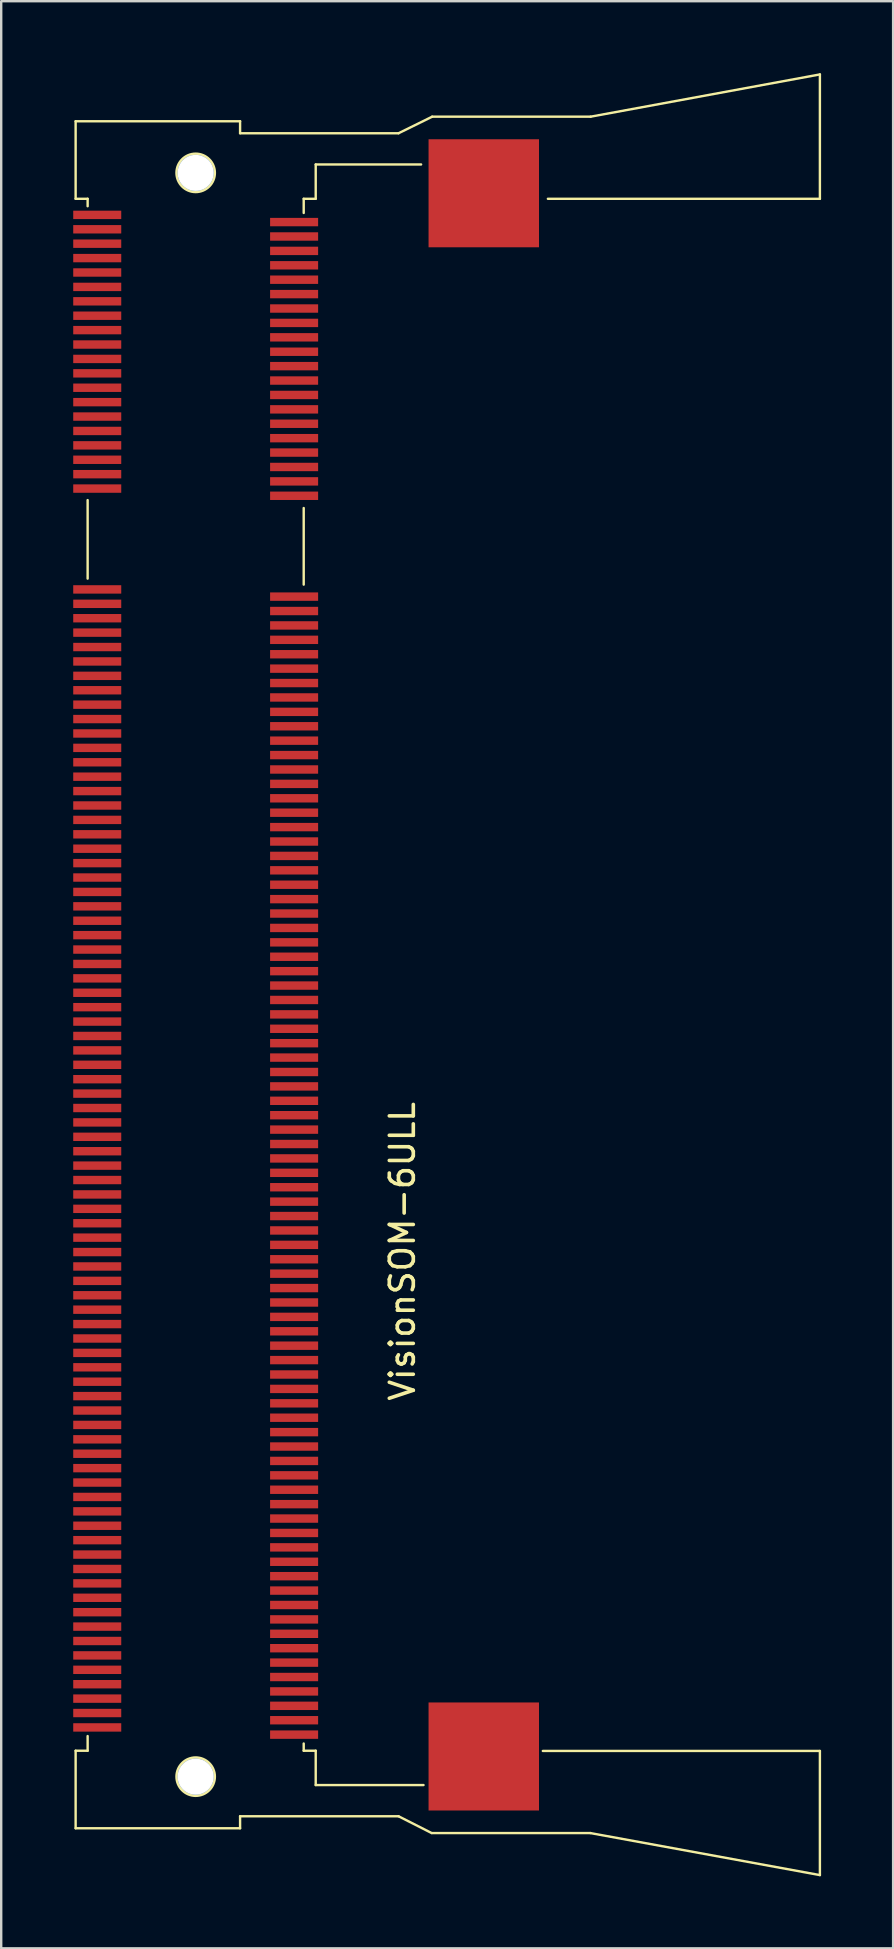
<source format=kicad_pcb>
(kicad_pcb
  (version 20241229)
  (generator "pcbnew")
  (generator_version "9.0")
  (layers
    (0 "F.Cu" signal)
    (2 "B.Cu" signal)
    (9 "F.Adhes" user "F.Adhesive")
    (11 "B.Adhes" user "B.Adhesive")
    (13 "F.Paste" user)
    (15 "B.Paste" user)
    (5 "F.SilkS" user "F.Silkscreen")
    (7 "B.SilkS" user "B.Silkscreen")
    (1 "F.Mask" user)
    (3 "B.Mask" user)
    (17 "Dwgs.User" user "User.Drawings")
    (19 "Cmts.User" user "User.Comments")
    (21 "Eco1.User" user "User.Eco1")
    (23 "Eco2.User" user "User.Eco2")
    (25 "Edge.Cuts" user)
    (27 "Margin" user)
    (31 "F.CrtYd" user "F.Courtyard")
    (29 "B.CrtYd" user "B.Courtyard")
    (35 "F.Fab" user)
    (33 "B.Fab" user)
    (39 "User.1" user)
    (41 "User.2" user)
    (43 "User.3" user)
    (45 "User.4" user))
  (footprint "VisionSOM-6ULL"
    (layer "F.Cu")
    (at 5.1 37.55)
    (property "Reference" "VisionSOM-6ULL" (at 8.61 11.52 90) (layer "F.SilkS") (effects (font (size 1 1) (thickness 0.15))))
    (attr through_hole)
    (fp_line (start -5 -35.55) (end 1.85 -35.55) (stroke (width 0.1) (type solid)) (layer "F.SilkS"))
    (fp_line (start -5 -32.32) (end -5 -35.55) (stroke (width 0.1) (type solid)) (layer "F.SilkS"))
    (fp_line (start -5 32.32) (end -5 35.55) (stroke (width 0.1) (type solid)) (layer "F.SilkS"))
    (fp_line (start -5 35.55) (end 1.85 35.55) (stroke (width 0.1) (type solid)) (layer "F.SilkS"))
    (fp_line (start -4.5 -32.32) (end -5 -32.32) (stroke (width 0.1) (type solid)) (layer "F.SilkS"))
    (fp_line (start -4.5 -32.32) (end -4.5 -32.01) (stroke (width 0.1) (type solid)) (layer "F.SilkS"))
    (fp_line (start -4.5 -19.77) (end -4.5 -16.5) (stroke (width 0.1) (type solid)) (layer "F.SilkS"))
    (fp_line (start -4.5 32.32) (end -5 32.32) (stroke (width 0.1) (type solid)) (layer "F.SilkS"))
    (fp_line (start -4.5 32.32) (end -4.5 31.71) (stroke (width 0.1) (type solid)) (layer "F.SilkS"))
    (fp_line (start 1.85 -35.55) (end 1.85 -35.05) (stroke (width 0.1) (type solid)) (layer "F.SilkS"))
    (fp_line (start 1.85 -35.05) (end 8.45 -35.05) (stroke (width 0.1) (type solid)) (layer "F.SilkS"))
    (fp_line (start 1.85 35.05) (end 8.45 35.05) (stroke (width 0.1) (type solid)) (layer "F.SilkS"))
    (fp_line (start 1.85 35.55) (end 1.85 35.05) (stroke (width 0.1) (type solid)) (layer "F.SilkS"))
    (fp_line (start 4.5 -32.32) (end 4.5 -31.73) (stroke (width 0.1) (type solid)) (layer "F.SilkS"))
    (fp_line (start 4.5 -32.32) (end 5 -32.32) (stroke (width 0.1) (type solid)) (layer "F.SilkS"))
    (fp_line (start 4.5 -19.44) (end 4.5 -16.25) (stroke (width 0.1) (type solid)) (layer "F.SilkS"))
    (fp_line (start 4.5 32.32) (end 4.5 32.02) (stroke (width 0.1) (type solid)) (layer "F.SilkS"))
    (fp_line (start 4.5 32.32) (end 5 32.32) (stroke (width 0.1) (type solid)) (layer "F.SilkS"))
    (fp_line (start 5 -33.75) (end 9.39 -33.75) (stroke (width 0.1) (type solid)) (layer "F.SilkS"))
    (fp_line (start 5 -32.32) (end 5 -33.75) (stroke (width 0.1) (type solid)) (layer "F.SilkS"))
    (fp_line (start 5 32.32) (end 5 33.75) (stroke (width 0.1) (type solid)) (layer "F.SilkS"))
    (fp_line (start 5 33.75) (end 9.49 33.75) (stroke (width 0.1) (type solid)) (layer "F.SilkS"))
    (fp_line (start 8.45 -35.05) (end 9.85 -35.74) (stroke (width 0.1) (type solid)) (layer "F.SilkS"))
    (fp_line (start 8.45 35.05) (end 9.83 35.75) (stroke (width 0.1) (type solid)) (layer "F.SilkS"))
    (fp_line (start 14.46 32.33) (end 26 32.33) (stroke (width 0.1) (type solid)) (layer "F.SilkS"))
    (fp_line (start 14.67 -32.32) (end 26 -32.32) (stroke (width 0.1) (type solid)) (layer "F.SilkS"))
    (fp_line (start 16.44 35.75) (end 26 37.5) (stroke (width 0.1) (type solid)) (layer "F.SilkS"))
    (fp_line (start 16.44 35.75) (end 9.84 35.75) (stroke (width 0.1) (type solid)) (layer "F.SilkS"))
    (fp_line (start 16.45 -35.74) (end 9.85 -35.74) (stroke (width 0.1) (type solid)) (layer "F.SilkS"))
    (fp_line (start 16.45 -35.74) (end 26 -37.5) (stroke (width 0.1) (type solid)) (layer "F.SilkS"))
    (fp_line (start 26 -37.5) (end 26 -32.32) (stroke (width 0.1) (type solid)) (layer "F.SilkS"))
    (fp_line (start 26 37.5) (end 26 32.33) (stroke (width 0.1) (type solid)) (layer "F.SilkS"))
    (fp_circle (center 0 -33.4) (end 0.8 -33.4) (stroke (width 0.1) (type solid)) (fill no) (layer "F.SilkS"))
    (fp_circle (center 0 33.4) (end 0.8 33.4) (stroke (width 0.1) (type solid)) (fill no) (layer "F.SilkS"))
    (pad "" thru_hole circle (at 0 -33.4) (size 1.6 1.6) (drill 1.5) (layers "*.Cu" "*.Mask"))
    (pad "" thru_hole circle (at 0 33.4) (size 1.6 1.6) (drill 1.5) (layers "*.Cu" "*.Mask"))
    (pad "0" smd rect (at 12 -32.55) (size 4.6 4.5) (layers "F.Cu" "F.Mask" "F.Paste"))
    (pad "0" smd rect (at 12 32.56) (size 4.6 4.5) (layers "F.Cu" "F.Mask" "F.Paste"))
    (pad "1" smd rect (at -4.1 -31.65) (size 2 0.35) (layers "F.Cu" "F.Mask" "F.Paste"))
    (pad "2" smd rect (at 4.1 -31.35) (size 2 0.35) (layers "F.Cu" "F.Mask" "F.Paste"))
    (pad "3" smd rect (at -4.1 -31.05) (size 2 0.35) (layers "F.Cu" "F.Mask" "F.Paste"))
    (pad "4" smd rect (at 4.1 -30.75) (size 2 0.35) (layers "F.Cu" "F.Mask" "F.Paste"))
    (pad "5" smd rect (at -4.1 -30.45) (size 2 0.35) (layers "F.Cu" "F.Mask" "F.Paste"))
    (pad "6" smd rect (at 4.1 -30.15) (size 2 0.35) (layers "F.Cu" "F.Mask" "F.Paste"))
    (pad "7" smd rect (at -4.1 -29.85) (size 2 0.35) (layers "F.Cu" "F.Mask" "F.Paste"))
    (pad "8" smd rect (at 4.1 -29.55) (size 2 0.35) (layers "F.Cu" "F.Mask" "F.Paste"))
    (pad "9" smd rect (at -4.1 -29.25) (size 2 0.35) (layers "F.Cu" "F.Mask" "F.Paste"))
    (pad "10" smd rect (at 4.1 -28.95) (size 2 0.35) (layers "F.Cu" "F.Mask" "F.Paste"))
    (pad "11" smd rect (at -4.1 -28.65) (size 2 0.35) (layers "F.Cu" "F.Mask" "F.Paste"))
    (pad "12" smd rect (at 4.1 -28.35) (size 2 0.35) (layers "F.Cu" "F.Mask" "F.Paste"))
    (pad "13" smd rect (at -4.1 -28.05) (size 2 0.35) (layers "F.Cu" "F.Mask" "F.Paste"))
    (pad "14" smd rect (at 4.1 -27.75) (size 2 0.35) (layers "F.Cu" "F.Mask" "F.Paste"))
    (pad "15" smd rect (at -4.1 -27.45) (size 2 0.35) (layers "F.Cu" "F.Mask" "F.Paste"))
    (pad "16" smd rect (at 4.1 -27.15) (size 2 0.35) (layers "F.Cu" "F.Mask" "F.Paste"))
    (pad "17" smd rect (at -4.1 -26.85) (size 2 0.35) (layers "F.Cu" "F.Mask" "F.Paste"))
    (pad "18" smd rect (at 4.1 -26.55) (size 2 0.35) (layers "F.Cu" "F.Mask" "F.Paste"))
    (pad "19" smd rect (at -4.1 -26.25) (size 2 0.35) (layers "F.Cu" "F.Mask" "F.Paste"))
    (pad "20" smd rect (at 4.1 -25.95) (size 2 0.35) (layers "F.Cu" "F.Mask" "F.Paste"))
    (pad "21" smd rect (at -4.1 -25.65) (size 2 0.35) (layers "F.Cu" "F.Mask" "F.Paste"))
    (pad "22" smd rect (at 4.1 -25.35) (size 2 0.35) (layers "F.Cu" "F.Mask" "F.Paste"))
    (pad "23" smd rect (at -4.1 -25.05) (size 2 0.35) (layers "F.Cu" "F.Mask" "F.Paste"))
    (pad "24" smd rect (at 4.1 -24.75) (size 2 0.35) (layers "F.Cu" "F.Mask" "F.Paste"))
    (pad "25" smd rect (at -4.1 -24.45) (size 2 0.35) (layers "F.Cu" "F.Mask" "F.Paste"))
    (pad "26" smd rect (at 4.1 -24.15) (size 2 0.35) (layers "F.Cu" "F.Mask" "F.Paste"))
    (pad "27" smd rect (at -4.1 -23.85) (size 2 0.35) (layers "F.Cu" "F.Mask" "F.Paste"))
    (pad "28" smd rect (at 4.1 -23.55) (size 2 0.35) (layers "F.Cu" "F.Mask" "F.Paste"))
    (pad "29" smd rect (at -4.1 -23.25) (size 2 0.35) (layers "F.Cu" "F.Mask" "F.Paste"))
    (pad "30" smd rect (at 4.1 -22.95) (size 2 0.35) (layers "F.Cu" "F.Mask" "F.Paste"))
    (pad "31" smd rect (at -4.1 -22.65) (size 2 0.35) (layers "F.Cu" "F.Mask" "F.Paste"))
    (pad "32" smd rect (at 4.1 -22.35) (size 2 0.35) (layers "F.Cu" "F.Mask" "F.Paste"))
    (pad "33" smd rect (at -4.1 -22.05) (size 2 0.35) (layers "F.Cu" "F.Mask" "F.Paste"))
    (pad "34" smd rect (at 4.1 -21.75) (size 2 0.35) (layers "F.Cu" "F.Mask" "F.Paste"))
    (pad "35" smd rect (at -4.1 -21.45) (size 2 0.35) (layers "F.Cu" "F.Mask" "F.Paste"))
    (pad "36" smd rect (at 4.1 -21.15) (size 2 0.35) (layers "F.Cu" "F.Mask" "F.Paste"))
    (pad "37" smd rect (at -4.1 -20.85) (size 2 0.35) (layers "F.Cu" "F.Mask" "F.Paste"))
    (pad "38" smd rect (at 4.1 -20.55) (size 2 0.35) (layers "F.Cu" "F.Mask" "F.Paste"))
    (pad "39" smd rect (at -4.1 -20.25) (size 2 0.35) (layers "F.Cu" "F.Mask" "F.Paste"))
    (pad "40" smd rect (at 4.1 -19.95) (size 2 0.35) (layers "F.Cu" "F.Mask" "F.Paste"))
    (pad "41" smd rect (at -4.1 -16.05) (size 2 0.35) (layers "F.Cu" "F.Mask" "F.Paste"))
    (pad "42" smd rect (at 4.1 -15.75) (size 2 0.35) (layers "F.Cu" "F.Mask" "F.Paste"))
    (pad "43" smd rect (at -4.1 -15.45) (size 2 0.35) (layers "F.Cu" "F.Mask" "F.Paste"))
    (pad "44" smd rect (at 4.1 -15.15) (size 2 0.35) (layers "F.Cu" "F.Mask" "F.Paste"))
    (pad "45" smd rect (at -4.1 -14.85) (size 2 0.35) (layers "F.Cu" "F.Mask" "F.Paste"))
    (pad "46" smd rect (at 4.1 -14.55) (size 2 0.35) (layers "F.Cu" "F.Mask" "F.Paste"))
    (pad "47" smd rect (at -4.1 -14.25) (size 2 0.35) (layers "F.Cu" "F.Mask" "F.Paste"))
    (pad "48" smd rect (at 4.1 -13.95) (size 2 0.35) (layers "F.Cu" "F.Mask" "F.Paste"))
    (pad "49" smd rect (at -4.1 -13.65) (size 2 0.35) (layers "F.Cu" "F.Mask" "F.Paste"))
    (pad "50" smd rect (at 4.1 -13.35) (size 2 0.35) (layers "F.Cu" "F.Mask" "F.Paste"))
    (pad "51" smd rect (at -4.1 -13.05) (size 2 0.35) (layers "F.Cu" "F.Mask" "F.Paste"))
    (pad "52" smd rect (at 4.1 -12.75) (size 2 0.35) (layers "F.Cu" "F.Mask" "F.Paste"))
    (pad "53" smd rect (at -4.1 -12.45) (size 2 0.35) (layers "F.Cu" "F.Mask" "F.Paste"))
    (pad "54" smd rect (at 4.1 -12.15) (size 2 0.35) (layers "F.Cu" "F.Mask" "F.Paste"))
    (pad "55" smd rect (at -4.1 -11.85) (size 2 0.35) (layers "F.Cu" "F.Mask" "F.Paste"))
    (pad "56" smd rect (at 4.1 -11.55) (size 2 0.35) (layers "F.Cu" "F.Mask" "F.Paste"))
    (pad "57" smd rect (at -4.1 -11.25) (size 2 0.35) (layers "F.Cu" "F.Mask" "F.Paste"))
    (pad "58" smd rect (at 4.1 -10.95) (size 2 0.35) (layers "F.Cu" "F.Mask" "F.Paste"))
    (pad "59" smd rect (at -4.1 -10.65) (size 2 0.35) (layers "F.Cu" "F.Mask" "F.Paste"))
    (pad "60" smd rect (at 4.1 -10.35) (size 2 0.35) (layers "F.Cu" "F.Mask" "F.Paste"))
    (pad "61" smd rect (at -4.1 -10.05) (size 2 0.35) (layers "F.Cu" "F.Mask" "F.Paste"))
    (pad "62" smd rect (at 4.1 -9.75) (size 2 0.35) (layers "F.Cu" "F.Mask" "F.Paste"))
    (pad "63" smd rect (at -4.1 -9.45) (size 2 0.35) (layers "F.Cu" "F.Mask" "F.Paste"))
    (pad "64" smd rect (at 4.1 -9.15) (size 2 0.35) (layers "F.Cu" "F.Mask" "F.Paste"))
    (pad "65" smd rect (at -4.1 -8.85) (size 2 0.35) (layers "F.Cu" "F.Mask" "F.Paste"))
    (pad "66" smd rect (at 4.1 -8.55) (size 2 0.35) (layers "F.Cu" "F.Mask" "F.Paste"))
    (pad "67" smd rect (at -4.1 -8.25) (size 2 0.35) (layers "F.Cu" "F.Mask" "F.Paste"))
    (pad "68" smd rect (at 4.1 -7.95) (size 2 0.35) (layers "F.Cu" "F.Mask" "F.Paste"))
    (pad "69" smd rect (at -4.1 -7.65) (size 2 0.35) (layers "F.Cu" "F.Mask" "F.Paste"))
    (pad "70" smd rect (at 4.1 -7.35) (size 2 0.35) (layers "F.Cu" "F.Mask" "F.Paste"))
    (pad "71" smd rect (at -4.1 -7.05) (size 2 0.35) (layers "F.Cu" "F.Mask" "F.Paste"))
    (pad "72" smd rect (at 4.1 -6.75) (size 2 0.35) (layers "F.Cu" "F.Mask" "F.Paste"))
    (pad "73" smd rect (at -4.1 -6.45) (size 2 0.35) (layers "F.Cu" "F.Mask" "F.Paste"))
    (pad "74" smd rect (at 4.1 -6.15) (size 2 0.35) (layers "F.Cu" "F.Mask" "F.Paste"))
    (pad "75" smd rect (at -4.1 -5.85) (size 2 0.35) (layers "F.Cu" "F.Mask" "F.Paste"))
    (pad "76" smd rect (at 4.1 -5.55) (size 2 0.35) (layers "F.Cu" "F.Mask" "F.Paste"))
    (pad "77" smd rect (at -4.1 -5.25) (size 2 0.35) (layers "F.Cu" "F.Mask" "F.Paste"))
    (pad "78" smd rect (at 4.1 -4.95) (size 2 0.35) (layers "F.Cu" "F.Mask" "F.Paste"))
    (pad "79" smd rect (at -4.1 -4.65) (size 2 0.35) (layers "F.Cu" "F.Mask" "F.Paste"))
    (pad "80" smd rect (at 4.1 -4.35) (size 2 0.35) (layers "F.Cu" "F.Mask" "F.Paste"))
    (pad "81" smd rect (at -4.1 -4.05) (size 2 0.35) (layers "F.Cu" "F.Mask" "F.Paste"))
    (pad "82" smd rect (at 4.1 -3.75) (size 2 0.35) (layers "F.Cu" "F.Mask" "F.Paste"))
    (pad "83" smd rect (at -4.1 -3.45) (size 2 0.35) (layers "F.Cu" "F.Mask" "F.Paste"))
    (pad "84" smd rect (at 4.1 -3.15) (size 2 0.35) (layers "F.Cu" "F.Mask" "F.Paste"))
    (pad "85" smd rect (at -4.1 -2.85) (size 2 0.35) (layers "F.Cu" "F.Mask" "F.Paste"))
    (pad "86" smd rect (at 4.1 -2.55) (size 2 0.35) (layers "F.Cu" "F.Mask" "F.Paste"))
    (pad "87" smd rect (at -4.1 -2.25) (size 2 0.35) (layers "F.Cu" "F.Mask" "F.Paste"))
    (pad "88" smd rect (at 4.1 -1.95) (size 2 0.35) (layers "F.Cu" "F.Mask" "F.Paste"))
    (pad "89" smd rect (at -4.1 -1.65) (size 2 0.35) (layers "F.Cu" "F.Mask" "F.Paste"))
    (pad "90" smd rect (at 4.1 -1.35) (size 2 0.35) (layers "F.Cu" "F.Mask" "F.Paste"))
    (pad "91" smd rect (at -4.1 -1.05) (size 2 0.35) (layers "F.Cu" "F.Mask" "F.Paste"))
    (pad "92" smd rect (at 4.1 -0.75) (size 2 0.35) (layers "F.Cu" "F.Mask" "F.Paste"))
    (pad "93" smd rect (at -4.1 -0.45) (size 2 0.35) (layers "F.Cu" "F.Mask" "F.Paste"))
    (pad "94" smd rect (at 4.1 -0.15) (size 2 0.35) (layers "F.Cu" "F.Mask" "F.Paste"))
    (pad "95" smd rect (at -4.1 0.15) (size 2 0.35) (layers "F.Cu" "F.Mask" "F.Paste"))
    (pad "96" smd rect (at 4.1 0.45) (size 2 0.35) (layers "F.Cu" "F.Mask" "F.Paste"))
    (pad "97" smd rect (at -4.1 0.75) (size 2 0.35) (layers "F.Cu" "F.Mask" "F.Paste"))
    (pad "98" smd rect (at 4.1 1.05) (size 2 0.35) (layers "F.Cu" "F.Mask" "F.Paste"))
    (pad "99" smd rect (at -4.1 1.35) (size 2 0.35) (layers "F.Cu" "F.Mask" "F.Paste"))
    (pad "100" smd rect (at 4.1 1.65) (size 2 0.35) (layers "F.Cu" "F.Mask" "F.Paste"))
    (pad "101" smd rect (at -4.1 1.95) (size 2 0.35) (layers "F.Cu" "F.Mask" "F.Paste"))
    (pad "102" smd rect (at 4.1 2.25) (size 2 0.35) (layers "F.Cu" "F.Mask" "F.Paste"))
    (pad "103" smd rect (at -4.1 2.55) (size 2 0.35) (layers "F.Cu" "F.Mask" "F.Paste"))
    (pad "104" smd rect (at 4.1 2.85) (size 2 0.35) (layers "F.Cu" "F.Mask" "F.Paste"))
    (pad "105" smd rect (at -4.1 3.15) (size 2 0.35) (layers "F.Cu" "F.Mask" "F.Paste"))
    (pad "106" smd rect (at 4.1 3.45) (size 2 0.35) (layers "F.Cu" "F.Mask" "F.Paste"))
    (pad "107" smd rect (at -4.1 3.75) (size 2 0.35) (layers "F.Cu" "F.Mask" "F.Paste"))
    (pad "108" smd rect (at 4.1 4.05) (size 2 0.35) (layers "F.Cu" "F.Mask" "F.Paste"))
    (pad "109" smd rect (at -4.1 4.35) (size 2 0.35) (layers "F.Cu" "F.Mask" "F.Paste"))
    (pad "110" smd rect (at 4.1 4.65) (size 2 0.35) (layers "F.Cu" "F.Mask" "F.Paste"))
    (pad "111" smd rect (at -4.1 4.95) (size 2 0.35) (layers "F.Cu" "F.Mask" "F.Paste"))
    (pad "112" smd rect (at 4.1 5.25) (size 2 0.35) (layers "F.Cu" "F.Mask" "F.Paste"))
    (pad "113" smd rect (at -4.1 5.55) (size 2 0.35) (layers "F.Cu" "F.Mask" "F.Paste"))
    (pad "114" smd rect (at 4.1 5.85) (size 2 0.35) (layers "F.Cu" "F.Mask" "F.Paste"))
    (pad "115" smd rect (at -4.1 6.15) (size 2 0.35) (layers "F.Cu" "F.Mask" "F.Paste"))
    (pad "116" smd rect (at 4.1 6.45) (size 2 0.35) (layers "F.Cu" "F.Mask" "F.Paste"))
    (pad "117" smd rect (at -4.1 6.75) (size 2 0.35) (layers "F.Cu" "F.Mask" "F.Paste"))
    (pad "118" smd rect (at 4.1 7.05) (size 2 0.35) (layers "F.Cu" "F.Mask" "F.Paste"))
    (pad "119" smd rect (at -4.1 7.35) (size 2 0.35) (layers "F.Cu" "F.Mask" "F.Paste"))
    (pad "120" smd rect (at 4.1 7.65) (size 2 0.35) (layers "F.Cu" "F.Mask" "F.Paste"))
    (pad "121" smd rect (at -4.1 7.95) (size 2 0.35) (layers "F.Cu" "F.Mask" "F.Paste"))
    (pad "122" smd rect (at 4.1 8.25) (size 2 0.35) (layers "F.Cu" "F.Mask" "F.Paste"))
    (pad "123" smd rect (at -4.1 8.55) (size 2 0.35) (layers "F.Cu" "F.Mask" "F.Paste"))
    (pad "124" smd rect (at 4.1 8.85) (size 2 0.35) (layers "F.Cu" "F.Mask" "F.Paste"))
    (pad "125" smd rect (at -4.1 9.15) (size 2 0.35) (layers "F.Cu" "F.Mask" "F.Paste"))
    (pad "126" smd rect (at 4.1 9.45) (size 2 0.35) (layers "F.Cu" "F.Mask" "F.Paste"))
    (pad "127" smd rect (at -4.1 9.75) (size 2 0.35) (layers "F.Cu" "F.Mask" "F.Paste"))
    (pad "128" smd rect (at 4.1 10.05) (size 2 0.35) (layers "F.Cu" "F.Mask" "F.Paste"))
    (pad "129" smd rect (at -4.1 10.35) (size 2 0.35) (layers "F.Cu" "F.Mask" "F.Paste"))
    (pad "130" smd rect (at 4.1 10.65) (size 2 0.35) (layers "F.Cu" "F.Mask" "F.Paste"))
    (pad "131" smd rect (at -4.1 10.95) (size 2 0.35) (layers "F.Cu" "F.Mask" "F.Paste"))
    (pad "132" smd rect (at 4.1 11.25) (size 2 0.35) (layers "F.Cu" "F.Mask" "F.Paste"))
    (pad "133" smd rect (at -4.1 11.55) (size 2 0.35) (layers "F.Cu" "F.Mask" "F.Paste"))
    (pad "134" smd rect (at 4.1 11.85) (size 2 0.35) (layers "F.Cu" "F.Mask" "F.Paste"))
    (pad "135" smd rect (at -4.1 12.15) (size 2 0.35) (layers "F.Cu" "F.Mask" "F.Paste"))
    (pad "136" smd rect (at 4.1 12.45) (size 2 0.35) (layers "F.Cu" "F.Mask" "F.Paste"))
    (pad "137" smd rect (at -4.1 12.75) (size 2 0.35) (layers "F.Cu" "F.Mask" "F.Paste"))
    (pad "138" smd rect (at 4.1 13.05) (size 2 0.35) (layers "F.Cu" "F.Mask" "F.Paste"))
    (pad "139" smd rect (at -4.1 13.35) (size 2 0.35) (layers "F.Cu" "F.Mask" "F.Paste"))
    (pad "140" smd rect (at 4.1 13.65) (size 2 0.35) (layers "F.Cu" "F.Mask" "F.Paste"))
    (pad "141" smd rect (at -4.1 13.95) (size 2 0.35) (layers "F.Cu" "F.Mask" "F.Paste"))
    (pad "142" smd rect (at 4.1 14.25) (size 2 0.35) (layers "F.Cu" "F.Mask" "F.Paste"))
    (pad "143" smd rect (at -4.1 14.55) (size 2 0.35) (layers "F.Cu" "F.Mask" "F.Paste"))
    (pad "144" smd rect (at 4.1 14.85) (size 2 0.35) (layers "F.Cu" "F.Mask" "F.Paste"))
    (pad "145" smd rect (at -4.1 15.15) (size 2 0.35) (layers "F.Cu" "F.Mask" "F.Paste"))
    (pad "146" smd rect (at 4.1 15.45) (size 2 0.35) (layers "F.Cu" "F.Mask" "F.Paste"))
    (pad "147" smd rect (at -4.1 15.75) (size 2 0.35) (layers "F.Cu" "F.Mask" "F.Paste"))
    (pad "148" smd rect (at 4.1 16.05) (size 2 0.35) (layers "F.Cu" "F.Mask" "F.Paste"))
    (pad "149" smd rect (at -4.1 16.35) (size 2 0.35) (layers "F.Cu" "F.Mask" "F.Paste"))
    (pad "150" smd rect (at 4.1 16.65) (size 2 0.35) (layers "F.Cu" "F.Mask" "F.Paste"))
    (pad "151" smd rect (at -4.1 16.95) (size 2 0.35) (layers "F.Cu" "F.Mask" "F.Paste"))
    (pad "152" smd rect (at 4.1 17.25) (size 2 0.35) (layers "F.Cu" "F.Mask" "F.Paste"))
    (pad "153" smd rect (at -4.1 17.55) (size 2 0.35) (layers "F.Cu" "F.Mask" "F.Paste"))
    (pad "154" smd rect (at 4.1 17.85) (size 2 0.35) (layers "F.Cu" "F.Mask" "F.Paste"))
    (pad "155" smd rect (at -4.1 18.15) (size 2 0.35) (layers "F.Cu" "F.Mask" "F.Paste"))
    (pad "156" smd rect (at 4.1 18.45) (size 2 0.35) (layers "F.Cu" "F.Mask" "F.Paste"))
    (pad "157" smd rect (at -4.1 18.75) (size 2 0.35) (layers "F.Cu" "F.Mask" "F.Paste"))
    (pad "158" smd rect (at 4.1 19.05) (size 2 0.35) (layers "F.Cu" "F.Mask" "F.Paste"))
    (pad "159" smd rect (at -4.1 19.35) (size 2 0.35) (layers "F.Cu" "F.Mask" "F.Paste"))
    (pad "160" smd rect (at 4.1 19.65) (size 2 0.35) (layers "F.Cu" "F.Mask" "F.Paste"))
    (pad "161" smd rect (at -4.1 19.95) (size 2 0.35) (layers "F.Cu" "F.Mask" "F.Paste"))
    (pad "162" smd rect (at 4.1 20.25) (size 2 0.35) (layers "F.Cu" "F.Mask" "F.Paste"))
    (pad "163" smd rect (at -4.1 20.55) (size 2 0.35) (layers "F.Cu" "F.Mask" "F.Paste"))
    (pad "164" smd rect (at 4.1 20.85) (size 2 0.35) (layers "F.Cu" "F.Mask" "F.Paste"))
    (pad "165" smd rect (at -4.1 21.15) (size 2 0.35) (layers "F.Cu" "F.Mask" "F.Paste"))
    (pad "166" smd rect (at 4.1 21.45) (size 2 0.35) (layers "F.Cu" "F.Mask" "F.Paste"))
    (pad "167" smd rect (at -4.1 21.75) (size 2 0.35) (layers "F.Cu" "F.Mask" "F.Paste"))
    (pad "168" smd rect (at 4.1 22.05) (size 2 0.35) (layers "F.Cu" "F.Mask" "F.Paste"))
    (pad "169" smd rect (at -4.1 22.35) (size 2 0.35) (layers "F.Cu" "F.Mask" "F.Paste"))
    (pad "170" smd rect (at 4.1 22.65) (size 2 0.35) (layers "F.Cu" "F.Mask" "F.Paste"))
    (pad "171" smd rect (at -4.1 22.95) (size 2 0.35) (layers "F.Cu" "F.Mask" "F.Paste"))
    (pad "172" smd rect (at 4.1 23.25) (size 2 0.35) (layers "F.Cu" "F.Mask" "F.Paste"))
    (pad "173" smd rect (at -4.1 23.55) (size 2 0.35) (layers "F.Cu" "F.Mask" "F.Paste"))
    (pad "174" smd rect (at 4.1 23.85) (size 2 0.35) (layers "F.Cu" "F.Mask" "F.Paste"))
    (pad "175" smd rect (at -4.1 24.15) (size 2 0.35) (layers "F.Cu" "F.Mask" "F.Paste"))
    (pad "176" smd rect (at 4.1 24.45) (size 2 0.35) (layers "F.Cu" "F.Mask" "F.Paste"))
    (pad "177" smd rect (at -4.1 24.75) (size 2 0.35) (layers "F.Cu" "F.Mask" "F.Paste"))
    (pad "178" smd rect (at 4.1 25.05) (size 2 0.35) (layers "F.Cu" "F.Mask" "F.Paste"))
    (pad "179" smd rect (at -4.1 25.35) (size 2 0.35) (layers "F.Cu" "F.Mask" "F.Paste"))
    (pad "180" smd rect (at 4.1 25.65) (size 2 0.35) (layers "F.Cu" "F.Mask" "F.Paste"))
    (pad "181" smd rect (at -4.1 25.95) (size 2 0.35) (layers "F.Cu" "F.Mask" "F.Paste"))
    (pad "182" smd rect (at 4.1 26.25) (size 2 0.35) (layers "F.Cu" "F.Mask" "F.Paste"))
    (pad "183" smd rect (at -4.1 26.55) (size 2 0.35) (layers "F.Cu" "F.Mask" "F.Paste"))
    (pad "184" smd rect (at 4.1 26.85) (size 2 0.35) (layers "F.Cu" "F.Mask" "F.Paste"))
    (pad "185" smd rect (at -4.1 27.15) (size 2 0.35) (layers "F.Cu" "F.Mask" "F.Paste"))
    (pad "186" smd rect (at 4.1 27.45) (size 2 0.35) (layers "F.Cu" "F.Mask" "F.Paste"))
    (pad "187" smd rect (at -4.1 27.75) (size 2 0.35) (layers "F.Cu" "F.Mask" "F.Paste"))
    (pad "188" smd rect (at 4.1 28.05) (size 2 0.35) (layers "F.Cu" "F.Mask" "F.Paste"))
    (pad "189" smd rect (at -4.1 28.35) (size 2 0.35) (layers "F.Cu" "F.Mask" "F.Paste"))
    (pad "190" smd rect (at 4.1 28.65) (size 2 0.35) (layers "F.Cu" "F.Mask" "F.Paste"))
    (pad "191" smd rect (at -4.1 28.95) (size 2 0.35) (layers "F.Cu" "F.Mask" "F.Paste"))
    (pad "192" smd rect (at 4.1 29.25) (size 2 0.35) (layers "F.Cu" "F.Mask" "F.Paste"))
    (pad "193" smd rect (at -4.1 29.55) (size 2 0.35) (layers "F.Cu" "F.Mask" "F.Paste"))
    (pad "194" smd rect (at 4.1 29.85) (size 2 0.35) (layers "F.Cu" "F.Mask" "F.Paste"))
    (pad "195" smd rect (at -4.1 30.15) (size 2 0.35) (layers "F.Cu" "F.Mask" "F.Paste"))
    (pad "196" smd rect (at 4.1 30.45) (size 2 0.35) (layers "F.Cu" "F.Mask" "F.Paste"))
    (pad "197" smd rect (at -4.1 30.75) (size 2 0.35) (layers "F.Cu" "F.Mask" "F.Paste"))
    (pad "198" smd rect (at 4.1 31.05) (size 2 0.35) (layers "F.Cu" "F.Mask" "F.Paste"))
    (pad "199" smd rect (at -4.1 31.35) (size 2 0.35) (layers "F.Cu" "F.Mask" "F.Paste"))
    (pad "200" smd rect (at 4.1 31.65) (size 2 0.35) (layers "F.Cu" "F.Mask" "F.Paste")))
  (gr_rect
    (start -3 -3)
    (end 34.15 78.1)
    (stroke (width 0.1) (type default))
    (fill no)
    (layer "Edge.Cuts")))
</source>
